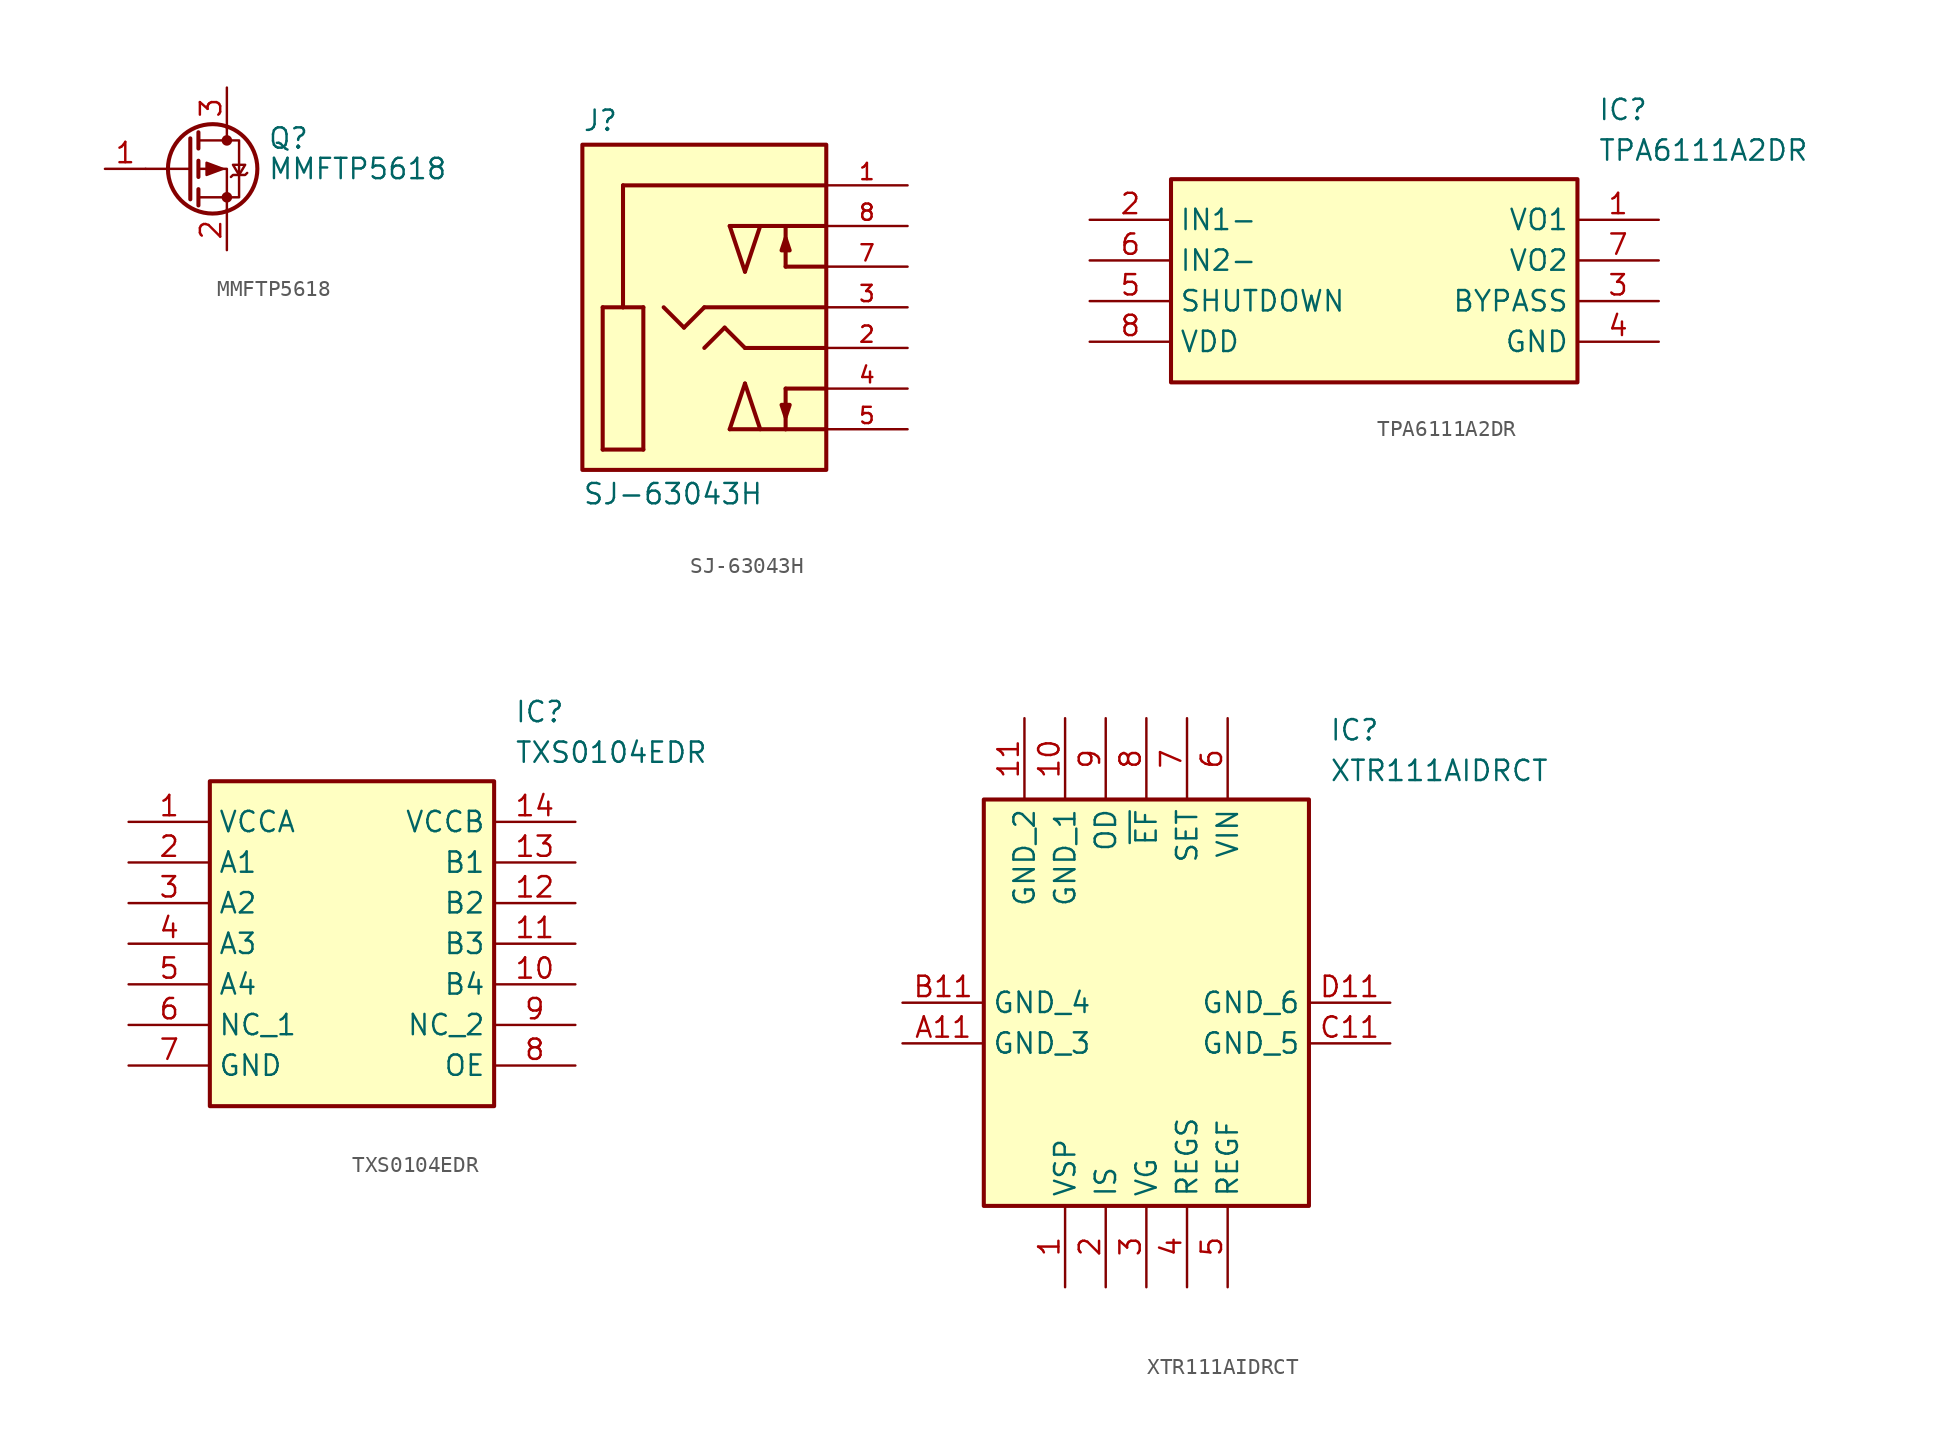
<source format=kicad_sym>
(kicad_symbol_lib
  (version 20220914)
  (generator kicad_symbol_editor)
  (symbol "MMFTP5618"
    (pin_names hide)
    (property "Reference" "Q"
      (at 5.08 1.905 0)
      (effects (font (size 1.27 1.27)) (justify left)))
    (property "Value" "MMFTP5618"
      (at 5.08 0 0)
      (effects (font (size 1.27 1.27)) (justify left)))
    (symbol "MMFTP5618_0_1"
      (polyline (pts (xy 0.254 0) (xy -2.54 0)) (stroke (width 0) (type default)) (fill (type none)))
      (polyline (pts (xy 0.254 1.905) (xy 0.254 -1.905)) (stroke (width 0.254) (type default)) (fill (type none)))
      (polyline (pts (xy 0.762 -1.27) (xy 0.762 -2.286)) (stroke (width 0.254) (type default)) (fill (type none)))
      (polyline (pts (xy 0.762 0.508) (xy 0.762 -0.508)) (stroke (width 0.254) (type default)) (fill (type none)))
      (polyline (pts (xy 0.762 2.286) (xy 0.762 1.27)) (stroke (width 0.254) (type default)) (fill (type none)))
      (polyline (pts (xy 2.54 2.54) (xy 2.54 1.778)) (stroke (width 0) (type default)) (fill (type none)))
      (polyline (pts (xy 2.54 -2.54) (xy 2.54 0) (xy 0.762 0)) (stroke (width 0) (type default)) (fill (type none)))
      (polyline (pts (xy 0.762 1.778) (xy 3.302 1.778) (xy 3.302 -1.778) (xy 0.762 -1.778)) (stroke (width 0) (type default)) (fill (type none)))
      (polyline (pts (xy 2.286 0) (xy 1.27 0.381) (xy 1.27 -0.381) (xy 2.286 0)) (stroke (width 0) (type default)) (fill (type outline)))
      (polyline (pts (xy 2.794 -0.508) (xy 2.921 -0.381) (xy 3.683 -0.381) (xy 3.81 -0.254)) (stroke (width 0) (type default)) (fill (type none)))
      (polyline (pts (xy 3.302 -0.381) (xy 2.921 0.254) (xy 3.683 0.254) (xy 3.302 -0.381)) (stroke (width 0) (type default)) (fill (type none)))
      (circle (center 1.651 0) (radius 2.794) (stroke (width 0.254) (type default)) (fill (type none)))
      (circle (center 2.54 -1.778) (radius 0.254) (stroke (width 0) (type default)) (fill (type outline)))
      (circle (center 2.54 1.778) (radius 0.254) (stroke (width 0) (type default)) (fill (type outline))))
    (symbol "MMFTP5618_1_1"
      (pin input line (at -5.08 0 0) (length 2.54) (name "G" (effects (font (size 1.27 1.27)))) (number "1" (effects (font (size 1.27 1.27)))))
      (pin passive line (at 2.54 -5.08 90) (length 2.54) (name "S" (effects (font (size 1.27 1.27)))) (number "2" (effects (font (size 1.27 1.27)))))
      (pin passive line (at 2.54 5.08 270) (length 2.54) (name "D" (effects (font (size 1.27 1.27)))) (number "3" (effects (font (size 1.27 1.27)))))))
  (symbol "SJ-63043H"
    (pin_names
      (offset 1.016))
    (property "Reference" "J"
      (at -7.62 10.922 0)
      (effects (font (size 1.27 1.27)) (justify left bottom)))
    (property "Value" "SJ-63043H"
      (at -7.62 -10.922 0)
      (effects (font (size 1.27 1.27)) (justify left top)))
    (symbol "SJ-63043H_0_0"
      (rectangle (start -7.62 10.16) (end 7.62 -10.16) (stroke (width 0.254) (type default)) (fill (type background)))
      (polyline (pts (xy -6.35 -8.89) (xy -6.35 0)) (stroke (width 0.254) (type default)) (fill (type none)))
      (polyline (pts (xy -6.35 0) (xy -5.08 0)) (stroke (width 0.254) (type default)) (fill (type none)))
      (polyline (pts (xy -5.08 0) (xy -5.08 7.62)) (stroke (width 0.254) (type default)) (fill (type none)))
      (polyline (pts (xy -5.08 0) (xy -3.81 0)) (stroke (width 0.254) (type default)) (fill (type none)))
      (polyline (pts (xy -5.08 7.62) (xy 7.62 7.62)) (stroke (width 0.254) (type default)) (fill (type none)))
      (polyline (pts (xy -3.81 -8.89) (xy -6.35 -8.89)) (stroke (width 0.254) (type default)) (fill (type none)))
      (polyline (pts (xy -3.81 0) (xy -3.81 -8.89)) (stroke (width 0.254) (type default)) (fill (type none)))
      (polyline (pts (xy -2.54 0) (xy -1.27 -1.27)) (stroke (width 0.254) (type default)) (fill (type none)))
      (polyline (pts (xy -1.27 -1.27) (xy 0 0)) (stroke (width 0.254) (type default)) (fill (type none)))
      (polyline (pts (xy 0 -2.54) (xy 1.27 -1.27)) (stroke (width 0.254) (type default)) (fill (type none)))
      (polyline (pts (xy 0 0) (xy 7.62 0)) (stroke (width 0.254) (type default)) (fill (type none)))
      (polyline (pts (xy 1.27 -1.27) (xy 2.54 -2.54)) (stroke (width 0.254) (type default)) (fill (type none)))
      (polyline (pts (xy 1.587 -7.62) (xy 2.54 -4.763)) (stroke (width 0.254) (type default)) (fill (type none)))
      (polyline (pts (xy 1.587 -7.62) (xy 5.08 -7.62)) (stroke (width 0.254) (type default)) (fill (type none)))
      (polyline (pts (xy 1.587 5.08) (xy 2.54 2.223)) (stroke (width 0.254) (type default)) (fill (type none)))
      (polyline (pts (xy 1.587 5.08) (xy 5.08 5.08)) (stroke (width 0.254) (type default)) (fill (type none)))
      (polyline (pts (xy 2.54 -4.763) (xy 3.493 -7.62)) (stroke (width 0.254) (type default)) (fill (type none)))
      (polyline (pts (xy 2.54 -2.54) (xy 7.62 -2.54)) (stroke (width 0.254) (type default)) (fill (type none)))
      (polyline (pts (xy 2.54 2.223) (xy 3.493 5.08)) (stroke (width 0.254) (type default)) (fill (type none)))
      (polyline (pts (xy 5.08 -7.62) (xy 7.62 -7.62)) (stroke (width 0.254) (type default)) (fill (type none)))
      (polyline (pts (xy 5.08 -5.08) (xy 5.08 -7.62)) (stroke (width 0.254) (type default)) (fill (type none)))
      (polyline (pts (xy 5.08 -5.08) (xy 7.62 -5.08)) (stroke (width 0.254) (type default)) (fill (type none)))
      (polyline (pts (xy 5.08 2.54) (xy 5.08 5.08)) (stroke (width 0.254) (type default)) (fill (type none)))
      (polyline (pts (xy 5.08 2.54) (xy 7.62 2.54)) (stroke (width 0.254) (type default)) (fill (type none)))
      (polyline (pts (xy 5.08 5.08) (xy 7.62 5.08)) (stroke (width 0.254) (type default)) (fill (type none)))
      (polyline (pts (xy 5.08 -6.858) (xy 5.334 -6.096) (xy 4.826 -6.096) (xy 5.08 -6.858)) (stroke (width 0.254) (type default)) (fill (type outline)))
      (polyline (pts (xy 5.08 4.318) (xy 5.334 3.556) (xy 4.826 3.556) (xy 5.08 4.318)) (stroke (width 0.254) (type default)) (fill (type outline)))
      (pin passive line (at 12.7 7.62 180) (length 5.08) (name "~" (effects (font (size 1.016 1.016)))) (number "1" (effects (font (size 1.016 1.016)))))
      (pin passive line (at 12.7 -2.54 180) (length 5.08) (name "~" (effects (font (size 1.016 1.016)))) (number "2" (effects (font (size 1.016 1.016)))))
      (pin passive line (at 12.7 0 180) (length 5.08) (name "~" (effects (font (size 1.016 1.016)))) (number "3" (effects (font (size 1.016 1.016)))))
      (pin passive line (at 12.7 -5.08 180) (length 5.08) (name "~" (effects (font (size 1.016 1.016)))) (number "4" (effects (font (size 1.016 1.016)))))
      (pin passive line (at 12.7 -7.62 180) (length 5.08) (name "~" (effects (font (size 1.016 1.016)))) (number "5" (effects (font (size 1.016 1.016)))))
      (pin passive line (at 12.7 2.54 180) (length 5.08) (name "~" (effects (font (size 1.016 1.016)))) (number "7" (effects (font (size 1.016 1.016)))))
      (pin passive line (at 12.7 5.08 180) (length 5.08) (name "~" (effects (font (size 1.016 1.016)))) (number "8" (effects (font (size 1.016 1.016)))))))
  (symbol "TPA6111A2DR"
    (property "Reference" "IC"
      (at 31.75 7.62 0)
      (effects (font (size 1.27 1.27)) (justify left top)))
    (property "Value" "TPA6111A2DR"
      (at 31.75 5.08 0)
      (effects (font (size 1.27 1.27)) (justify left top)))
    (symbol "TPA6111A2DR_1_1"
      (rectangle (start 5.08 2.54) (end 30.48 -10.16) (stroke (width 0.254) (type default)) (fill (type background)))
      (pin passive line (at 35.56 0 180) (length 5.08) (name "VO1" (effects (font (size 1.27 1.27)))) (number "1" (effects (font (size 1.27 1.27)))))
      (pin passive line (at 0 0 0) (length 5.08) (name "IN1-" (effects (font (size 1.27 1.27)))) (number "2" (effects (font (size 1.27 1.27)))))
      (pin passive line (at 35.56 -5.08 180) (length 5.08) (name "BYPASS" (effects (font (size 1.27 1.27)))) (number "3" (effects (font (size 1.27 1.27)))))
      (pin passive line (at 35.56 -7.62 180) (length 5.08) (name "GND" (effects (font (size 1.27 1.27)))) (number "4" (effects (font (size 1.27 1.27)))))
      (pin passive line (at 0 -5.08 0) (length 5.08) (name "SHUTDOWN" (effects (font (size 1.27 1.27)))) (number "5" (effects (font (size 1.27 1.27)))))
      (pin passive line (at 0 -2.54 0) (length 5.08) (name "IN2-" (effects (font (size 1.27 1.27)))) (number "6" (effects (font (size 1.27 1.27)))))
      (pin passive line (at 35.56 -2.54 180) (length 5.08) (name "VO2" (effects (font (size 1.27 1.27)))) (number "7" (effects (font (size 1.27 1.27)))))
      (pin passive line (at 0 -7.62 0) (length 5.08) (name "VDD" (effects (font (size 1.27 1.27)))) (number "8" (effects (font (size 1.27 1.27)))))))
  (symbol "TXS0104EDR"
    (property "Reference" "IC"
      (at 24.13 7.62 0)
      (effects (font (size 1.27 1.27)) (justify left top)))
    (property "Value" "TXS0104EDR"
      (at 24.13 5.08 0)
      (effects (font (size 1.27 1.27)) (justify left top)))
    (symbol "TXS0104EDR_1_1"
      (rectangle (start 5.08 2.54) (end 22.86 -17.78) (stroke (width 0.254) (type default)) (fill (type background)))
      (pin passive line (at 0 0 0) (length 5.08) (name "VCCA" (effects (font (size 1.27 1.27)))) (number "1" (effects (font (size 1.27 1.27)))))
      (pin passive line (at 27.94 -10.16 180) (length 5.08) (name "B4" (effects (font (size 1.27 1.27)))) (number "10" (effects (font (size 1.27 1.27)))))
      (pin passive line (at 27.94 -7.62 180) (length 5.08) (name "B3" (effects (font (size 1.27 1.27)))) (number "11" (effects (font (size 1.27 1.27)))))
      (pin passive line (at 27.94 -5.08 180) (length 5.08) (name "B2" (effects (font (size 1.27 1.27)))) (number "12" (effects (font (size 1.27 1.27)))))
      (pin passive line (at 27.94 -2.54 180) (length 5.08) (name "B1" (effects (font (size 1.27 1.27)))) (number "13" (effects (font (size 1.27 1.27)))))
      (pin passive line (at 27.94 0 180) (length 5.08) (name "VCCB" (effects (font (size 1.27 1.27)))) (number "14" (effects (font (size 1.27 1.27)))))
      (pin passive line (at 0 -2.54 0) (length 5.08) (name "A1" (effects (font (size 1.27 1.27)))) (number "2" (effects (font (size 1.27 1.27)))))
      (pin passive line (at 0 -5.08 0) (length 5.08) (name "A2" (effects (font (size 1.27 1.27)))) (number "3" (effects (font (size 1.27 1.27)))))
      (pin passive line (at 0 -7.62 0) (length 5.08) (name "A3" (effects (font (size 1.27 1.27)))) (number "4" (effects (font (size 1.27 1.27)))))
      (pin passive line (at 0 -10.16 0) (length 5.08) (name "A4" (effects (font (size 1.27 1.27)))) (number "5" (effects (font (size 1.27 1.27)))))
      (pin passive line (at 0 -12.7 0) (length 5.08) (name "NC_1" (effects (font (size 1.27 1.27)))) (number "6" (effects (font (size 1.27 1.27)))))
      (pin passive line (at 0 -15.24 0) (length 5.08) (name "GND" (effects (font (size 1.27 1.27)))) (number "7" (effects (font (size 1.27 1.27)))))
      (pin passive line (at 27.94 -15.24 180) (length 5.08) (name "OE" (effects (font (size 1.27 1.27)))) (number "8" (effects (font (size 1.27 1.27)))))
      (pin passive line (at 27.94 -12.7 180) (length 5.08) (name "NC_2" (effects (font (size 1.27 1.27)))) (number "9" (effects (font (size 1.27 1.27)))))))
  (symbol "XTR111AIDRCT"
    (property "Reference" "IC"
      (at 26.67 17.78 0)
      (effects (font (size 1.27 1.27)) (justify left top)))
    (property "Value" "XTR111AIDRCT"
      (at 26.67 15.24 0)
      (effects (font (size 1.27 1.27)) (justify left top)))
    (symbol "XTR111AIDRCT_1_1"
      (rectangle (start 5.08 12.7) (end 25.4 -12.7) (stroke (width 0.254) (type default)) (fill (type background)))
      (pin passive line (at 10.16 -17.78 90) (length 5.08) (name "VSP" (effects (font (size 1.27 1.27)))) (number "1" (effects (font (size 1.27 1.27)))))
      (pin passive line (at 10.16 17.78 270) (length 5.08) (name "GND_1" (effects (font (size 1.27 1.27)))) (number "10" (effects (font (size 1.27 1.27)))))
      (pin passive line (at 7.62 17.78 270) (length 5.08) (name "GND_2" (effects (font (size 1.27 1.27)))) (number "11" (effects (font (size 1.27 1.27)))))
      (pin passive line (at 12.7 -17.78 90) (length 5.08) (name "IS" (effects (font (size 1.27 1.27)))) (number "2" (effects (font (size 1.27 1.27)))))
      (pin passive line (at 15.24 -17.78 90) (length 5.08) (name "VG" (effects (font (size 1.27 1.27)))) (number "3" (effects (font (size 1.27 1.27)))))
      (pin passive line (at 17.78 -17.78 90) (length 5.08) (name "REGS" (effects (font (size 1.27 1.27)))) (number "4" (effects (font (size 1.27 1.27)))))
      (pin passive line (at 20.32 -17.78 90) (length 5.08) (name "REGF" (effects (font (size 1.27 1.27)))) (number "5" (effects (font (size 1.27 1.27)))))
      (pin passive line (at 20.32 17.78 270) (length 5.08) (name "VIN" (effects (font (size 1.27 1.27)))) (number "6" (effects (font (size 1.27 1.27)))))
      (pin passive line (at 17.78 17.78 270) (length 5.08) (name "SET" (effects (font (size 1.27 1.27)))) (number "7" (effects (font (size 1.27 1.27)))))
      (pin passive line (at 15.24 17.78 270) (length 5.08) (name "~{EF}" (effects (font (size 1.27 1.27)))) (number "8" (effects (font (size 1.27 1.27)))))
      (pin passive line (at 12.7 17.78 270) (length 5.08) (name "OD" (effects (font (size 1.27 1.27)))) (number "9" (effects (font (size 1.27 1.27)))))
      (pin passive line (at 0 -2.54 0) (length 5.08) (name "GND_3" (effects (font (size 1.27 1.27)))) (number "A11" (effects (font (size 1.27 1.27)))))
      (pin passive line (at 0 0 0) (length 5.08) (name "GND_4" (effects (font (size 1.27 1.27)))) (number "B11" (effects (font (size 1.27 1.27)))))
      (pin passive line (at 30.48 -2.54 180) (length 5.08) (name "GND_5" (effects (font (size 1.27 1.27)))) (number "C11" (effects (font (size 1.27 1.27)))))
      (pin passive line (at 30.48 0 180) (length 5.08) (name "GND_6" (effects (font (size 1.27 1.27)))) (number "D11" (effects (font (size 1.27 1.27))))))))
</source>
